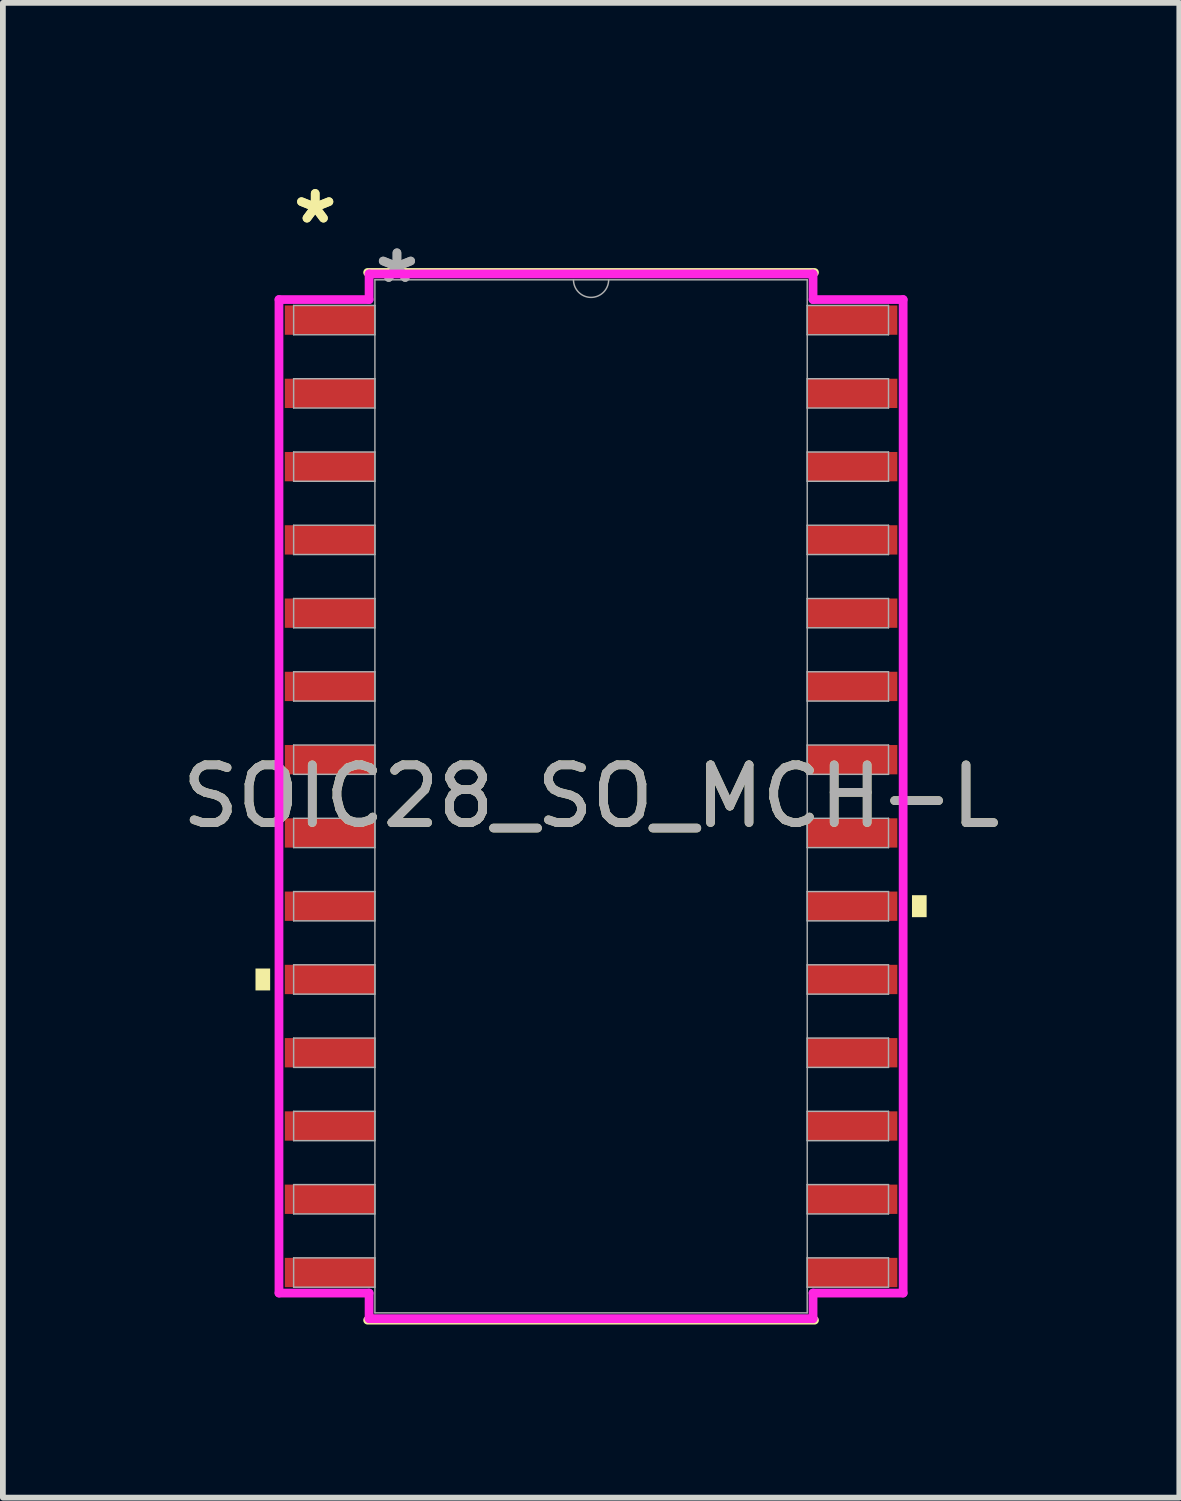
<source format=kicad_pcb>
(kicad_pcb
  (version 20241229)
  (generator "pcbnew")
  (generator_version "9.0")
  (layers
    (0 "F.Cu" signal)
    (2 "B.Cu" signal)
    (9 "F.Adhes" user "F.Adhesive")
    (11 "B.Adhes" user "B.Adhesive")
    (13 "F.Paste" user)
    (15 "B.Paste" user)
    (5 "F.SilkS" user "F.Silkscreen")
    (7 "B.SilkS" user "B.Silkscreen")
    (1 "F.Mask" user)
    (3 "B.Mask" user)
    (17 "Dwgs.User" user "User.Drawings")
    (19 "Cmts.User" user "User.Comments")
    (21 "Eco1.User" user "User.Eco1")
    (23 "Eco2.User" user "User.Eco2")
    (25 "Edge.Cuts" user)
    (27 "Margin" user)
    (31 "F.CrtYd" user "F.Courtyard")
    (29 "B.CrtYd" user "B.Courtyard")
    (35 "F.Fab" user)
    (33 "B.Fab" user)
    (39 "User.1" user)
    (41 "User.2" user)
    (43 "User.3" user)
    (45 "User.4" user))
  (footprint "SOIC28_SO_MCH-L"
    (layer "F.Cu")
    (at 7.196 10.754)
    (property "Reference" "SOIC28_SO_MCH-L" (at 0 0 0) (unlocked yes) (layer "F.SilkS") (effects (font (size 1 1) (thickness 0.15))))
    (attr smd)
    (fp_line (start -3.873 9.081) (end 3.873 9.081) (stroke (width 0.152) (type solid)) (layer "F.SilkS"))
    (fp_line (start 3.873 -9.081) (end -3.873 -9.081) (stroke (width 0.152) (type solid)) (layer "F.SilkS"))
    (fp_poly (pts (xy -5.817 2.985) (xy -5.817 3.365) (xy -5.563 3.365) (xy -5.563 2.985)) (stroke (width 0) (type solid)) (fill yes) (layer "F.SilkS"))
    (fp_poly (pts (xy 5.817 1.714) (xy 5.817 2.095) (xy 5.563 2.095) (xy 5.563 1.714)) (stroke (width 0) (type solid)) (fill yes) (layer "F.SilkS"))
    (fp_line (start -5.41 -8.611) (end -3.848 -8.611) (stroke (width 0.152) (type solid)) (layer "F.CrtYd"))
    (fp_line (start -5.41 8.611) (end -5.41 -8.611) (stroke (width 0.152) (type solid)) (layer "F.CrtYd"))
    (fp_line (start -5.41 8.611) (end -3.848 8.611) (stroke (width 0.152) (type solid)) (layer "F.CrtYd"))
    (fp_line (start -3.848 -9.055) (end 3.848 -9.055) (stroke (width 0.152) (type solid)) (layer "F.CrtYd"))
    (fp_line (start -3.848 -8.611) (end -3.848 -9.055) (stroke (width 0.152) (type solid)) (layer "F.CrtYd"))
    (fp_line (start -3.848 9.055) (end -3.848 8.611) (stroke (width 0.152) (type solid)) (layer "F.CrtYd"))
    (fp_line (start 3.848 -9.055) (end 3.848 -8.611) (stroke (width 0.152) (type solid)) (layer "F.CrtYd"))
    (fp_line (start 3.848 8.611) (end 3.848 9.055) (stroke (width 0.152) (type solid)) (layer "F.CrtYd"))
    (fp_line (start 3.848 9.055) (end -3.848 9.055) (stroke (width 0.152) (type solid)) (layer "F.CrtYd"))
    (fp_line (start 5.41 -8.611) (end 3.848 -8.611) (stroke (width 0.152) (type solid)) (layer "F.CrtYd"))
    (fp_line (start 5.41 -8.611) (end 5.41 8.611) (stroke (width 0.152) (type solid)) (layer "F.CrtYd"))
    (fp_line (start 5.41 8.611) (end 3.848 8.611) (stroke (width 0.152) (type solid)) (layer "F.CrtYd"))
    (fp_line (start -5.156 -8.509) (end -5.156 -8.001) (stroke (width 0.025) (type solid)) (layer "F.Fab"))
    (fp_line (start -5.156 -8.001) (end -3.747 -8.001) (stroke (width 0.025) (type solid)) (layer "F.Fab"))
    (fp_line (start -5.156 -7.239) (end -5.156 -6.731) (stroke (width 0.025) (type solid)) (layer "F.Fab"))
    (fp_line (start -5.156 -6.731) (end -3.747 -6.731) (stroke (width 0.025) (type solid)) (layer "F.Fab"))
    (fp_line (start -5.156 -5.969) (end -5.156 -5.461) (stroke (width 0.025) (type solid)) (layer "F.Fab"))
    (fp_line (start -5.156 -5.461) (end -3.747 -5.461) (stroke (width 0.025) (type solid)) (layer "F.Fab"))
    (fp_line (start -5.156 -4.699) (end -5.156 -4.191) (stroke (width 0.025) (type solid)) (layer "F.Fab"))
    (fp_line (start -5.156 -4.191) (end -3.747 -4.191) (stroke (width 0.025) (type solid)) (layer "F.Fab"))
    (fp_line (start -5.156 -3.429) (end -5.156 -2.921) (stroke (width 0.025) (type solid)) (layer "F.Fab"))
    (fp_line (start -5.156 -2.921) (end -3.747 -2.921) (stroke (width 0.025) (type solid)) (layer "F.Fab"))
    (fp_line (start -5.156 -2.159) (end -5.156 -1.651) (stroke (width 0.025) (type solid)) (layer "F.Fab"))
    (fp_line (start -5.156 -1.651) (end -3.747 -1.651) (stroke (width 0.025) (type solid)) (layer "F.Fab"))
    (fp_line (start -5.156 -0.889) (end -5.156 -0.381) (stroke (width 0.025) (type solid)) (layer "F.Fab"))
    (fp_line (start -5.156 -0.381) (end -3.747 -0.381) (stroke (width 0.025) (type solid)) (layer "F.Fab"))
    (fp_line (start -5.156 0.381) (end -5.156 0.889) (stroke (width 0.025) (type solid)) (layer "F.Fab"))
    (fp_line (start -5.156 0.889) (end -3.747 0.889) (stroke (width 0.025) (type solid)) (layer "F.Fab"))
    (fp_line (start -5.156 1.651) (end -5.156 2.159) (stroke (width 0.025) (type solid)) (layer "F.Fab"))
    (fp_line (start -5.156 2.159) (end -3.747 2.159) (stroke (width 0.025) (type solid)) (layer "F.Fab"))
    (fp_line (start -5.156 2.921) (end -5.156 3.429) (stroke (width 0.025) (type solid)) (layer "F.Fab"))
    (fp_line (start -5.156 3.429) (end -3.747 3.429) (stroke (width 0.025) (type solid)) (layer "F.Fab"))
    (fp_line (start -5.156 4.191) (end -5.156 4.699) (stroke (width 0.025) (type solid)) (layer "F.Fab"))
    (fp_line (start -5.156 4.699) (end -3.747 4.699) (stroke (width 0.025) (type solid)) (layer "F.Fab"))
    (fp_line (start -5.156 5.461) (end -5.156 5.969) (stroke (width 0.025) (type solid)) (layer "F.Fab"))
    (fp_line (start -5.156 5.969) (end -3.747 5.969) (stroke (width 0.025) (type solid)) (layer "F.Fab"))
    (fp_line (start -5.156 6.731) (end -5.156 7.239) (stroke (width 0.025) (type solid)) (layer "F.Fab"))
    (fp_line (start -5.156 7.239) (end -3.747 7.239) (stroke (width 0.025) (type solid)) (layer "F.Fab"))
    (fp_line (start -5.156 8.001) (end -5.156 8.509) (stroke (width 0.025) (type solid)) (layer "F.Fab"))
    (fp_line (start -5.156 8.509) (end -3.747 8.509) (stroke (width 0.025) (type solid)) (layer "F.Fab"))
    (fp_line (start -3.747 -8.954) (end -3.747 8.954) (stroke (width 0.025) (type solid)) (layer "F.Fab"))
    (fp_line (start -3.747 -8.509) (end -5.156 -8.509) (stroke (width 0.025) (type solid)) (layer "F.Fab"))
    (fp_line (start -3.747 -8.001) (end -3.747 -8.509) (stroke (width 0.025) (type solid)) (layer "F.Fab"))
    (fp_line (start -3.747 -7.239) (end -5.156 -7.239) (stroke (width 0.025) (type solid)) (layer "F.Fab"))
    (fp_line (start -3.747 -6.731) (end -3.747 -7.239) (stroke (width 0.025) (type solid)) (layer "F.Fab"))
    (fp_line (start -3.747 -5.969) (end -5.156 -5.969) (stroke (width 0.025) (type solid)) (layer "F.Fab"))
    (fp_line (start -3.747 -5.461) (end -3.747 -5.969) (stroke (width 0.025) (type solid)) (layer "F.Fab"))
    (fp_line (start -3.747 -4.699) (end -5.156 -4.699) (stroke (width 0.025) (type solid)) (layer "F.Fab"))
    (fp_line (start -3.747 -4.191) (end -3.747 -4.699) (stroke (width 0.025) (type solid)) (layer "F.Fab"))
    (fp_line (start -3.747 -3.429) (end -5.156 -3.429) (stroke (width 0.025) (type solid)) (layer "F.Fab"))
    (fp_line (start -3.747 -2.921) (end -3.747 -3.429) (stroke (width 0.025) (type solid)) (layer "F.Fab"))
    (fp_line (start -3.747 -2.159) (end -5.156 -2.159) (stroke (width 0.025) (type solid)) (layer "F.Fab"))
    (fp_line (start -3.747 -1.651) (end -3.747 -2.159) (stroke (width 0.025) (type solid)) (layer "F.Fab"))
    (fp_line (start -3.747 -0.889) (end -5.156 -0.889) (stroke (width 0.025) (type solid)) (layer "F.Fab"))
    (fp_line (start -3.747 -0.381) (end -3.747 -0.889) (stroke (width 0.025) (type solid)) (layer "F.Fab"))
    (fp_line (start -3.747 0.381) (end -5.156 0.381) (stroke (width 0.025) (type solid)) (layer "F.Fab"))
    (fp_line (start -3.747 0.889) (end -3.747 0.381) (stroke (width 0.025) (type solid)) (layer "F.Fab"))
    (fp_line (start -3.747 1.651) (end -5.156 1.651) (stroke (width 0.025) (type solid)) (layer "F.Fab"))
    (fp_line (start -3.747 2.159) (end -3.747 1.651) (stroke (width 0.025) (type solid)) (layer "F.Fab"))
    (fp_line (start -3.747 2.921) (end -5.156 2.921) (stroke (width 0.025) (type solid)) (layer "F.Fab"))
    (fp_line (start -3.747 3.429) (end -3.747 2.921) (stroke (width 0.025) (type solid)) (layer "F.Fab"))
    (fp_line (start -3.747 4.191) (end -5.156 4.191) (stroke (width 0.025) (type solid)) (layer "F.Fab"))
    (fp_line (start -3.747 4.699) (end -3.747 4.191) (stroke (width 0.025) (type solid)) (layer "F.Fab"))
    (fp_line (start -3.747 5.461) (end -5.156 5.461) (stroke (width 0.025) (type solid)) (layer "F.Fab"))
    (fp_line (start -3.747 5.969) (end -3.747 5.461) (stroke (width 0.025) (type solid)) (layer "F.Fab"))
    (fp_line (start -3.747 6.731) (end -5.156 6.731) (stroke (width 0.025) (type solid)) (layer "F.Fab"))
    (fp_line (start -3.747 7.239) (end -3.747 6.731) (stroke (width 0.025) (type solid)) (layer "F.Fab"))
    (fp_line (start -3.747 8.001) (end -5.156 8.001) (stroke (width 0.025) (type solid)) (layer "F.Fab"))
    (fp_line (start -3.747 8.509) (end -3.747 8.001) (stroke (width 0.025) (type solid)) (layer "F.Fab"))
    (fp_line (start -3.747 8.954) (end 3.747 8.954) (stroke (width 0.025) (type solid)) (layer "F.Fab"))
    (fp_line (start 3.747 -8.954) (end -3.747 -8.954) (stroke (width 0.025) (type solid)) (layer "F.Fab"))
    (fp_line (start 3.747 -8.509) (end 3.747 -8.001) (stroke (width 0.025) (type solid)) (layer "F.Fab"))
    (fp_line (start 3.747 -8.001) (end 5.156 -8.001) (stroke (width 0.025) (type solid)) (layer "F.Fab"))
    (fp_line (start 3.747 -7.239) (end 3.747 -6.731) (stroke (width 0.025) (type solid)) (layer "F.Fab"))
    (fp_line (start 3.747 -6.731) (end 5.156 -6.731) (stroke (width 0.025) (type solid)) (layer "F.Fab"))
    (fp_line (start 3.747 -5.969) (end 3.747 -5.461) (stroke (width 0.025) (type solid)) (layer "F.Fab"))
    (fp_line (start 3.747 -5.461) (end 5.156 -5.461) (stroke (width 0.025) (type solid)) (layer "F.Fab"))
    (fp_line (start 3.747 -4.699) (end 3.747 -4.191) (stroke (width 0.025) (type solid)) (layer "F.Fab"))
    (fp_line (start 3.747 -4.191) (end 5.156 -4.191) (stroke (width 0.025) (type solid)) (layer "F.Fab"))
    (fp_line (start 3.747 -3.429) (end 3.747 -2.921) (stroke (width 0.025) (type solid)) (layer "F.Fab"))
    (fp_line (start 3.747 -2.921) (end 5.156 -2.921) (stroke (width 0.025) (type solid)) (layer "F.Fab"))
    (fp_line (start 3.747 -2.159) (end 3.747 -1.651) (stroke (width 0.025) (type solid)) (layer "F.Fab"))
    (fp_line (start 3.747 -1.651) (end 5.156 -1.651) (stroke (width 0.025) (type solid)) (layer "F.Fab"))
    (fp_line (start 3.747 -0.889) (end 3.747 -0.381) (stroke (width 0.025) (type solid)) (layer "F.Fab"))
    (fp_line (start 3.747 -0.381) (end 5.156 -0.381) (stroke (width 0.025) (type solid)) (layer "F.Fab"))
    (fp_line (start 3.747 0.381) (end 3.747 0.889) (stroke (width 0.025) (type solid)) (layer "F.Fab"))
    (fp_line (start 3.747 0.889) (end 5.156 0.889) (stroke (width 0.025) (type solid)) (layer "F.Fab"))
    (fp_line (start 3.747 1.651) (end 3.747 2.159) (stroke (width 0.025) (type solid)) (layer "F.Fab"))
    (fp_line (start 3.747 2.159) (end 5.156 2.159) (stroke (width 0.025) (type solid)) (layer "F.Fab"))
    (fp_line (start 3.747 2.921) (end 3.747 3.429) (stroke (width 0.025) (type solid)) (layer "F.Fab"))
    (fp_line (start 3.747 3.429) (end 5.156 3.429) (stroke (width 0.025) (type solid)) (layer "F.Fab"))
    (fp_line (start 3.747 4.191) (end 3.747 4.699) (stroke (width 0.025) (type solid)) (layer "F.Fab"))
    (fp_line (start 3.747 4.699) (end 5.156 4.699) (stroke (width 0.025) (type solid)) (layer "F.Fab"))
    (fp_line (start 3.747 5.461) (end 3.747 5.969) (stroke (width 0.025) (type solid)) (layer "F.Fab"))
    (fp_line (start 3.747 5.969) (end 5.156 5.969) (stroke (width 0.025) (type solid)) (layer "F.Fab"))
    (fp_line (start 3.747 6.731) (end 3.747 7.239) (stroke (width 0.025) (type solid)) (layer "F.Fab"))
    (fp_line (start 3.747 7.239) (end 5.156 7.239) (stroke (width 0.025) (type solid)) (layer "F.Fab"))
    (fp_line (start 3.747 8.001) (end 3.747 8.509) (stroke (width 0.025) (type solid)) (layer "F.Fab"))
    (fp_line (start 3.747 8.509) (end 5.156 8.509) (stroke (width 0.025) (type solid)) (layer "F.Fab"))
    (fp_line (start 3.747 8.954) (end 3.747 -8.954) (stroke (width 0.025) (type solid)) (layer "F.Fab"))
    (fp_line (start 5.156 -8.509) (end 3.747 -8.509) (stroke (width 0.025) (type solid)) (layer "F.Fab"))
    (fp_line (start 5.156 -8.001) (end 5.156 -8.509) (stroke (width 0.025) (type solid)) (layer "F.Fab"))
    (fp_line (start 5.156 -7.239) (end 3.747 -7.239) (stroke (width 0.025) (type solid)) (layer "F.Fab"))
    (fp_line (start 5.156 -6.731) (end 5.156 -7.239) (stroke (width 0.025) (type solid)) (layer "F.Fab"))
    (fp_line (start 5.156 -5.969) (end 3.747 -5.969) (stroke (width 0.025) (type solid)) (layer "F.Fab"))
    (fp_line (start 5.156 -5.461) (end 5.156 -5.969) (stroke (width 0.025) (type solid)) (layer "F.Fab"))
    (fp_line (start 5.156 -4.699) (end 3.747 -4.699) (stroke (width 0.025) (type solid)) (layer "F.Fab"))
    (fp_line (start 5.156 -4.191) (end 5.156 -4.699) (stroke (width 0.025) (type solid)) (layer "F.Fab"))
    (fp_line (start 5.156 -3.429) (end 3.747 -3.429) (stroke (width 0.025) (type solid)) (layer "F.Fab"))
    (fp_line (start 5.156 -2.921) (end 5.156 -3.429) (stroke (width 0.025) (type solid)) (layer "F.Fab"))
    (fp_line (start 5.156 -2.159) (end 3.747 -2.159) (stroke (width 0.025) (type solid)) (layer "F.Fab"))
    (fp_line (start 5.156 -1.651) (end 5.156 -2.159) (stroke (width 0.025) (type solid)) (layer "F.Fab"))
    (fp_line (start 5.156 -0.889) (end 3.747 -0.889) (stroke (width 0.025) (type solid)) (layer "F.Fab"))
    (fp_line (start 5.156 -0.381) (end 5.156 -0.889) (stroke (width 0.025) (type solid)) (layer "F.Fab"))
    (fp_line (start 5.156 0.381) (end 3.747 0.381) (stroke (width 0.025) (type solid)) (layer "F.Fab"))
    (fp_line (start 5.156 0.889) (end 5.156 0.381) (stroke (width 0.025) (type solid)) (layer "F.Fab"))
    (fp_line (start 5.156 1.651) (end 3.747 1.651) (stroke (width 0.025) (type solid)) (layer "F.Fab"))
    (fp_line (start 5.156 2.159) (end 5.156 1.651) (stroke (width 0.025) (type solid)) (layer "F.Fab"))
    (fp_line (start 5.156 2.921) (end 3.747 2.921) (stroke (width 0.025) (type solid)) (layer "F.Fab"))
    (fp_line (start 5.156 3.429) (end 5.156 2.921) (stroke (width 0.025) (type solid)) (layer "F.Fab"))
    (fp_line (start 5.156 4.191) (end 3.747 4.191) (stroke (width 0.025) (type solid)) (layer "F.Fab"))
    (fp_line (start 5.156 4.699) (end 5.156 4.191) (stroke (width 0.025) (type solid)) (layer "F.Fab"))
    (fp_line (start 5.156 5.461) (end 3.747 5.461) (stroke (width 0.025) (type solid)) (layer "F.Fab"))
    (fp_line (start 5.156 5.969) (end 5.156 5.461) (stroke (width 0.025) (type solid)) (layer "F.Fab"))
    (fp_line (start 5.156 6.731) (end 3.747 6.731) (stroke (width 0.025) (type solid)) (layer "F.Fab"))
    (fp_line (start 5.156 7.239) (end 5.156 6.731) (stroke (width 0.025) (type solid)) (layer "F.Fab"))
    (fp_line (start 5.156 8.001) (end 3.747 8.001) (stroke (width 0.025) (type solid)) (layer "F.Fab"))
    (fp_line (start 5.156 8.509) (end 5.156 8.001) (stroke (width 0.025) (type solid)) (layer "F.Fab"))
    (fp_arc (start 0.3048 -8.9535) (mid 0 -8.6487) (end -0.3048 -8.9535) (stroke (width 0.0254) (type solid)) (layer "F.Fab"))
    (fp_text user "*" (at -4.782 -9.906 0) (unlocked yes) (layer "F.SilkS") (effects (font (size 1 1) (thickness 0.15))))
    (fp_text user "*" (at -4.782 -9.906 0) (layer "F.SilkS") (effects (font (size 1 1) (thickness 0.15))))
    (fp_text user "${REFERENCE}" (at 0 0 0) (unlocked yes) (layer "F.Fab") (effects (font (size 1 1) (thickness 0.15))))
    (fp_text user "*" (at -3.365 -8.877 0) (unlocked yes) (layer "F.Fab") (effects (font (size 1 1) (thickness 0.15))))
    (fp_text user "*" (at -3.365 -8.877 0) (layer "F.Fab") (effects (font (size 1 1) (thickness 0.15))))
    (pad "1" smd rect (at -4.528 -8.255) (size 1.562 0.508) (layers "F.Cu" "F.Mask" "F.Paste"))
    (pad "2" smd rect (at -4.528 -6.985) (size 1.562 0.508) (layers "F.Cu" "F.Mask" "F.Paste"))
    (pad "3" smd rect (at -4.528 -5.715) (size 1.562 0.508) (layers "F.Cu" "F.Mask" "F.Paste"))
    (pad "4" smd rect (at -4.528 -4.445) (size 1.562 0.508) (layers "F.Cu" "F.Mask" "F.Paste"))
    (pad "5" smd rect (at -4.528 -3.175) (size 1.562 0.508) (layers "F.Cu" "F.Mask" "F.Paste"))
    (pad "6" smd rect (at -4.528 -1.905) (size 1.562 0.508) (layers "F.Cu" "F.Mask" "F.Paste"))
    (pad "7" smd rect (at -4.528 -0.635) (size 1.562 0.508) (layers "F.Cu" "F.Mask" "F.Paste"))
    (pad "8" smd rect (at -4.528 0.635) (size 1.562 0.508) (layers "F.Cu" "F.Mask" "F.Paste"))
    (pad "9" smd rect (at -4.528 1.905) (size 1.562 0.508) (layers "F.Cu" "F.Mask" "F.Paste"))
    (pad "10" smd rect (at -4.528 3.175) (size 1.562 0.508) (layers "F.Cu" "F.Mask" "F.Paste"))
    (pad "11" smd rect (at -4.528 4.445) (size 1.562 0.508) (layers "F.Cu" "F.Mask" "F.Paste"))
    (pad "12" smd rect (at -4.528 5.715) (size 1.562 0.508) (layers "F.Cu" "F.Mask" "F.Paste"))
    (pad "13" smd rect (at -4.528 6.985) (size 1.562 0.508) (layers "F.Cu" "F.Mask" "F.Paste"))
    (pad "14" smd rect (at -4.528 8.255) (size 1.562 0.508) (layers "F.Cu" "F.Mask" "F.Paste"))
    (pad "15" smd rect (at 4.528 8.255) (size 1.562 0.508) (layers "F.Cu" "F.Mask" "F.Paste"))
    (pad "16" smd rect (at 4.528 6.985) (size 1.562 0.508) (layers "F.Cu" "F.Mask" "F.Paste"))
    (pad "17" smd rect (at 4.528 5.715) (size 1.562 0.508) (layers "F.Cu" "F.Mask" "F.Paste"))
    (pad "18" smd rect (at 4.528 4.445) (size 1.562 0.508) (layers "F.Cu" "F.Mask" "F.Paste"))
    (pad "19" smd rect (at 4.528 3.175) (size 1.562 0.508) (layers "F.Cu" "F.Mask" "F.Paste"))
    (pad "20" smd rect (at 4.528 1.905) (size 1.562 0.508) (layers "F.Cu" "F.Mask" "F.Paste"))
    (pad "21" smd rect (at 4.528 0.635) (size 1.562 0.508) (layers "F.Cu" "F.Mask" "F.Paste"))
    (pad "22" smd rect (at 4.528 -0.635) (size 1.562 0.508) (layers "F.Cu" "F.Mask" "F.Paste"))
    (pad "23" smd rect (at 4.528 -1.905) (size 1.562 0.508) (layers "F.Cu" "F.Mask" "F.Paste"))
    (pad "24" smd rect (at 4.528 -3.175) (size 1.562 0.508) (layers "F.Cu" "F.Mask" "F.Paste"))
    (pad "25" smd rect (at 4.528 -4.445) (size 1.562 0.508) (layers "F.Cu" "F.Mask" "F.Paste"))
    (pad "26" smd rect (at 4.528 -5.715) (size 1.562 0.508) (layers "F.Cu" "F.Mask" "F.Paste"))
    (pad "27" smd rect (at 4.528 -6.985) (size 1.562 0.508) (layers "F.Cu" "F.Mask" "F.Paste"))
    (pad "28" smd rect (at 4.528 -8.255) (size 1.562 0.508) (layers "F.Cu" "F.Mask" "F.Paste")))
  (gr_rect
    (start -3 -3)
    (end 17.393 22.911)
    (stroke (width 0.1) (type default))
    (fill no)
    (layer "Edge.Cuts")))
</source>
